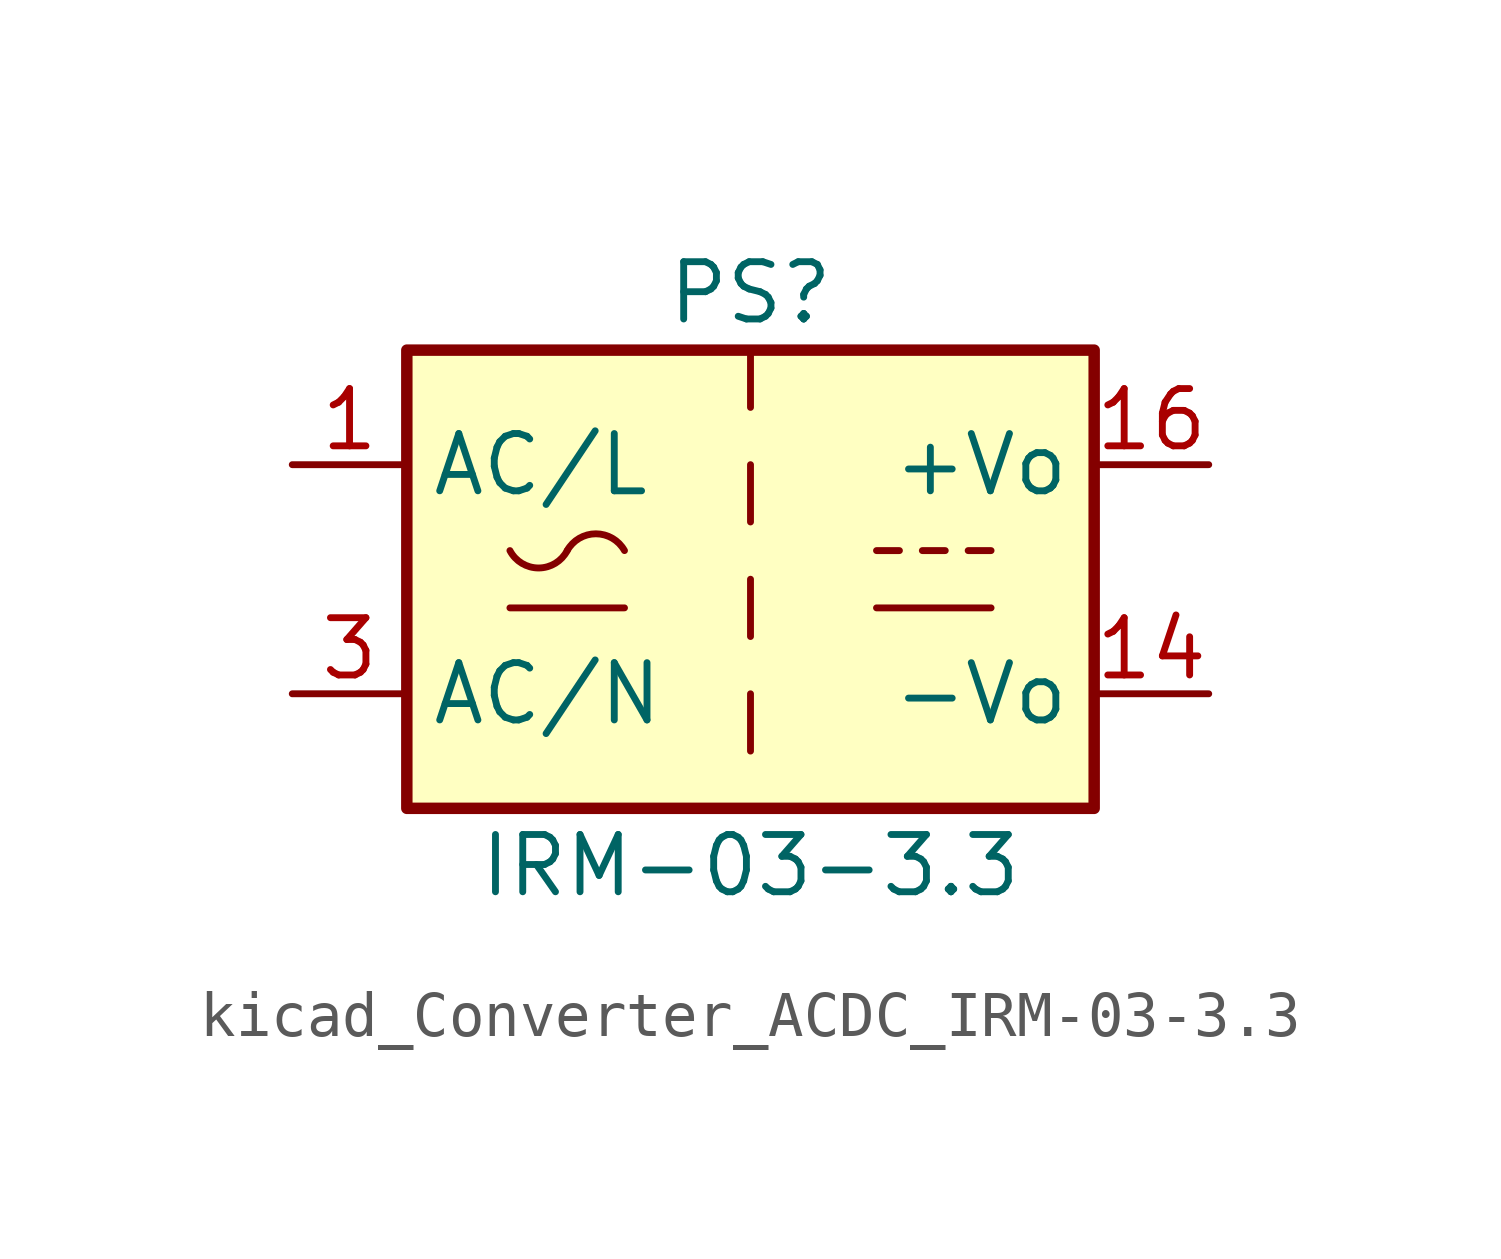
<source format=kicad_sym>
(kicad_symbol_lib
  (version 20220914)
  (generator kicad_symbol_editor)
  (symbol "kicad_Converter_ACDC_IRM-03-3.3"
    (property "Reference" "PS"
      (at 0 6.35 0)
      (effects (font (size 1.27 1.27))))
    (property "Value" "IRM-03-3.3"
      (at 0 -6.35 0)
      (effects (font (size 1.27 1.27))))
    (symbol "kicad_Converter_ACDC_IRM-03-3.3_0_1"
      (rectangle (start -7.62 5.08) (end 7.62 -5.08) (stroke (width 0.254) (type default)) (fill (type background)))
      (arc (start -5.334 0.635) (mid -4.699 0.2495) (end -4.064 0.635) (stroke (width 0) (type default)) (fill (type none)))
      (arc (start -2.794 0.635) (mid -3.429 1.0072) (end -4.064 0.635) (stroke (width 0) (type default)) (fill (type none)))
      (polyline (pts (xy -5.334 -0.635) (xy -2.794 -0.635)) (stroke (width 0) (type default)) (fill (type none)))
      (polyline (pts (xy 0 -2.54) (xy 0 -3.81)) (stroke (width 0) (type default)) (fill (type none)))
      (polyline (pts (xy 0 0) (xy 0 -1.27)) (stroke (width 0) (type default)) (fill (type none)))
      (polyline (pts (xy 0 2.54) (xy 0 1.27)) (stroke (width 0) (type default)) (fill (type none)))
      (polyline (pts (xy 0 5.08) (xy 0 3.81)) (stroke (width 0) (type default)) (fill (type none)))
      (polyline (pts (xy 2.794 -0.635) (xy 5.334 -0.635)) (stroke (width 0) (type default)) (fill (type none)))
      (polyline (pts (xy 2.794 0.635) (xy 3.302 0.635)) (stroke (width 0) (type default)) (fill (type none)))
      (polyline (pts (xy 3.81 0.635) (xy 4.318 0.635)) (stroke (width 0) (type default)) (fill (type none)))
      (polyline (pts (xy 4.826 0.635) (xy 5.334 0.635)) (stroke (width 0) (type default)) (fill (type none))))
    (symbol "kicad_Converter_ACDC_IRM-03-3.3_1_1"
      (pin power_in line (at -10.16 2.54 0) (length 2.54) (name "AC/L" (effects (font (size 1.27 1.27)))) (number "1" (effects (font (size 1.27 1.27)))))
      (pin power_out line (at 10.16 -2.54 180) (length 2.54) (name "-Vo" (effects (font (size 1.27 1.27)))) (number "14" (effects (font (size 1.27 1.27)))))
      (pin power_out line (at 10.16 2.54 180) (length 2.54) (name "+Vo" (effects (font (size 1.27 1.27)))) (number "16" (effects (font (size 1.27 1.27)))))
      (pin power_in line (at -10.16 -2.54 0) (length 2.54) (name "AC/N" (effects (font (size 1.27 1.27)))) (number "3" (effects (font (size 1.27 1.27)))))
      (pin no_connect line (at -7.62 0 0) (length 2.54) hide (name "NC" (effects (font (size 1.27 1.27)))) (number "5" (effects (font (size 1.27 1.27))))))))
</source>
